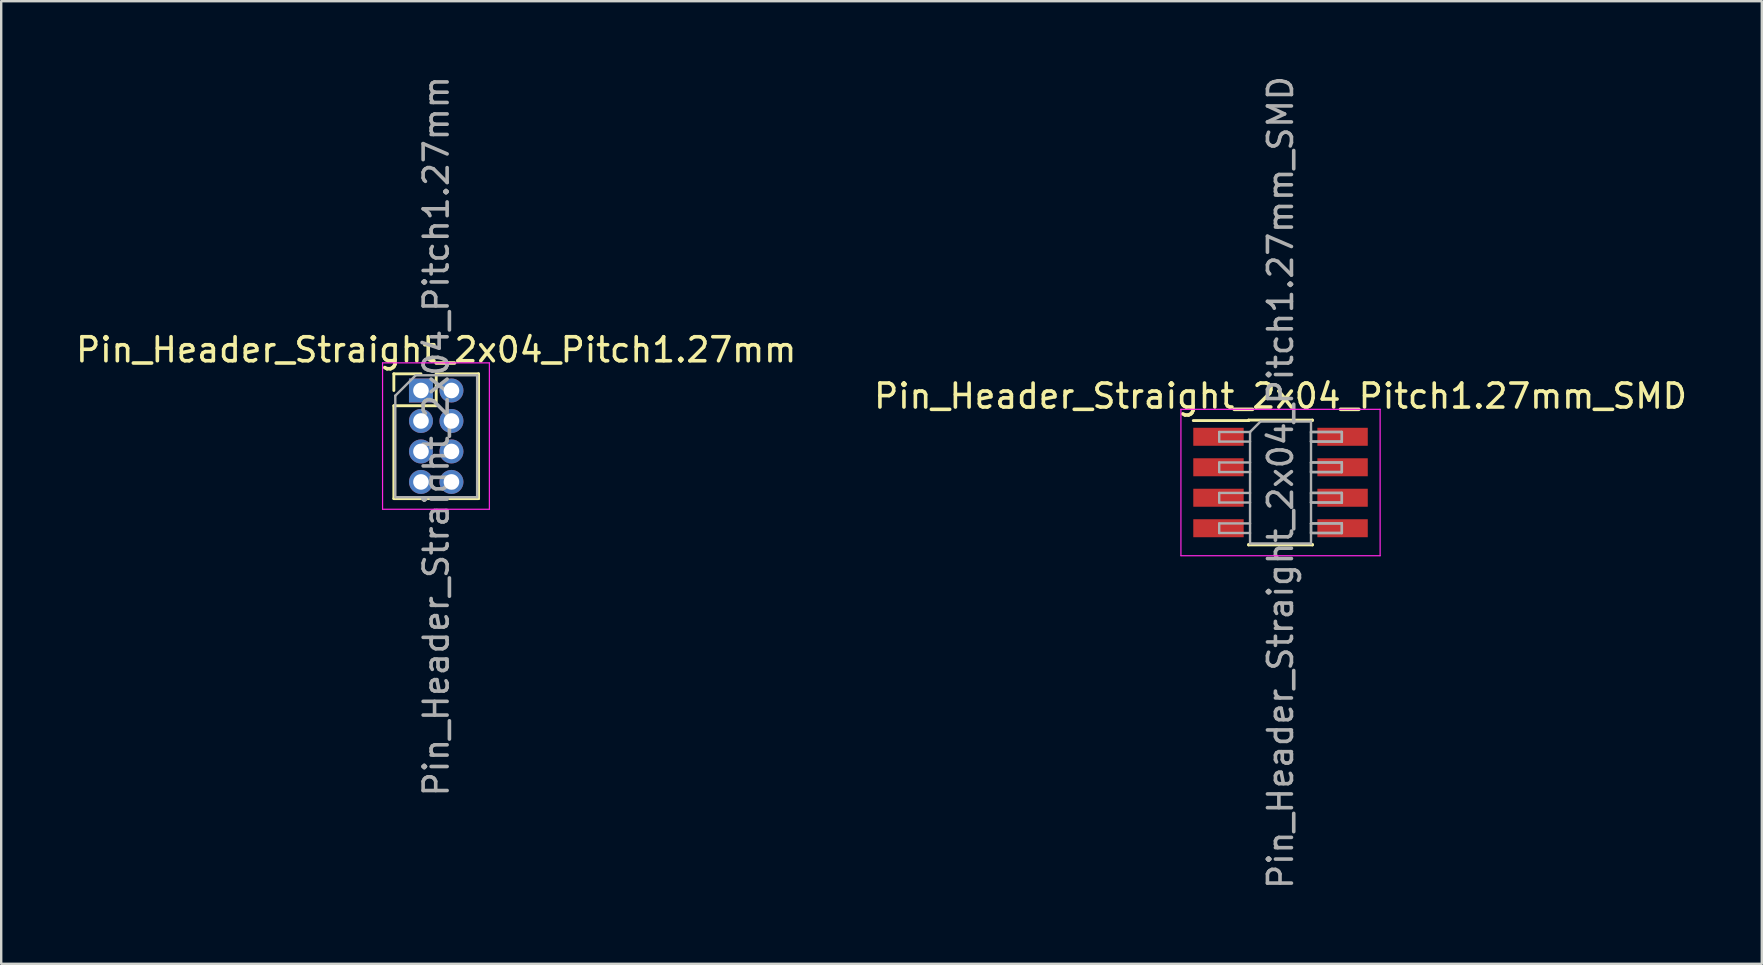
<source format=kicad_pcb>
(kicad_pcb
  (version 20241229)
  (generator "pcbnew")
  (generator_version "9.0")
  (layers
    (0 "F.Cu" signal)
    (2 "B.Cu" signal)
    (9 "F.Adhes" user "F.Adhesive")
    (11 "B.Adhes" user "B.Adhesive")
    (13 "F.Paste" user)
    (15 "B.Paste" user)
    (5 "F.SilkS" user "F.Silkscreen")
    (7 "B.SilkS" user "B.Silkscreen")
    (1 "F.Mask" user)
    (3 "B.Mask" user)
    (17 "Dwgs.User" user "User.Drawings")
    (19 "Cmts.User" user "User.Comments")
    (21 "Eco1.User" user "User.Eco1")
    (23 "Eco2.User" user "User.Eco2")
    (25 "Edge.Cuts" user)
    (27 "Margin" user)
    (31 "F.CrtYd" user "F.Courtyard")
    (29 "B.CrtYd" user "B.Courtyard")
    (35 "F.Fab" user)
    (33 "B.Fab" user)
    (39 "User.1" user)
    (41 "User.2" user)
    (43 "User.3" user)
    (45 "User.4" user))
  (footprint "Pin_Header_Straight_2x04_Pitch1.27mm"
    (layer "F.Cu")
    (at 14.49 13.22)
    (property "Reference" "Pin_Header_Straight_2x04_Pitch1.27mm" (at 0.635 -1.695 0) (layer "F.SilkS") (effects (font (size 1 1) (thickness 0.15))))
    (attr through_hole)
    (fp_line (start -1.13 -0.695) (end 0 -0.695) (stroke (width 0.12) (type solid)) (layer "F.SilkS"))
    (fp_line (start -1.13 0) (end -1.13 -0.695) (stroke (width 0.12) (type solid)) (layer "F.SilkS"))
    (fp_line (start -1.13 0.635) (end -1.13 4.505) (stroke (width 0.12) (type solid)) (layer "F.SilkS"))
    (fp_line (start -1.13 4.505) (end 2.4 4.505) (stroke (width 0.12) (type solid)) (layer "F.SilkS"))
    (fp_line (start 0.635 -0.695) (end 0.635 0.635) (stroke (width 0.12) (type solid)) (layer "F.SilkS"))
    (fp_line (start 0.635 0.635) (end -1.13 0.635) (stroke (width 0.12) (type solid)) (layer "F.SilkS"))
    (fp_line (start 2.4 -0.695) (end 0.635 -0.695) (stroke (width 0.12) (type solid)) (layer "F.SilkS"))
    (fp_line (start 2.4 4.505) (end 2.4 -0.695) (stroke (width 0.12) (type solid)) (layer "F.SilkS"))
    (fp_line (start -1.6 -1.15) (end -1.6 4.95) (stroke (width 0.05) (type solid)) (layer "F.CrtYd"))
    (fp_line (start -1.6 4.95) (end 2.85 4.95) (stroke (width 0.05) (type solid)) (layer "F.CrtYd"))
    (fp_line (start 2.85 -1.15) (end -1.6 -1.15) (stroke (width 0.05) (type solid)) (layer "F.CrtYd"))
    (fp_line (start 2.85 4.95) (end 2.85 -1.15) (stroke (width 0.05) (type solid)) (layer "F.CrtYd"))
    (fp_line (start -1.07 0.217) (end -0.217 -0.635) (stroke (width 0.1) (type solid)) (layer "F.Fab"))
    (fp_line (start -1.07 4.445) (end -1.07 0.217) (stroke (width 0.1) (type solid)) (layer "F.Fab"))
    (fp_line (start -0.217 -0.635) (end 2.34 -0.635) (stroke (width 0.1) (type solid)) (layer "F.Fab"))
    (fp_line (start 2.34 -0.635) (end 2.34 4.445) (stroke (width 0.1) (type solid)) (layer "F.Fab"))
    (fp_line (start 2.34 4.445) (end -1.07 4.445) (stroke (width 0.1) (type solid)) (layer "F.Fab"))
    (fp_text user "${REFERENCE}" (at 0.635 1.905 90) (layer "F.Fab") (effects (font (size 1 1) (thickness 0.15))))
    (pad "1" thru_hole rect (at 0 0) (size 1 1) (drill 0.65) (layers "*.Cu" "*.Mask"))
    (pad "2" thru_hole oval (at 1.27 0) (size 1 1) (drill 0.65) (layers "*.Cu" "*.Mask"))
    (pad "3" thru_hole oval (at 0 1.27) (size 1 1) (drill 0.65) (layers "*.Cu" "*.Mask"))
    (pad "4" thru_hole oval (at 1.27 1.27) (size 1 1) (drill 0.65) (layers "*.Cu" "*.Mask"))
    (pad "5" thru_hole oval (at 0 2.54) (size 1 1) (drill 0.65) (layers "*.Cu" "*.Mask"))
    (pad "6" thru_hole oval (at 1.27 2.54) (size 1 1) (drill 0.65) (layers "*.Cu" "*.Mask"))
    (pad "7" thru_hole oval (at 0 3.81) (size 1 1) (drill 0.65) (layers "*.Cu" "*.Mask"))
    (pad "8" thru_hole oval (at 1.27 3.81) (size 1 1) (drill 0.65) (layers "*.Cu" "*.Mask")))
  (footprint "Pin_Header_Straight_2x04_Pitch1.27mm_SMD"
    (layer "F.Cu")
    (at 50.304 17.054)
    (property "Reference" "Pin_Header_Straight_2x04_Pitch1.27mm_SMD" (at 0 -3.6 0) (layer "F.SilkS") (effects (font (size 1 1) (thickness 0.15))))
    (attr smd)
    (fp_line (start -3.635 -2.58) (end -1.33 -2.58) (stroke (width 0.12) (type solid)) (layer "F.SilkS"))
    (fp_line (start -1.33 -2.6) (end 1.33 -2.6) (stroke (width 0.12) (type solid)) (layer "F.SilkS"))
    (fp_line (start -1.33 -2.58) (end -1.33 -2.6) (stroke (width 0.12) (type solid)) (layer "F.SilkS"))
    (fp_line (start -1.33 2.58) (end -1.33 2.6) (stroke (width 0.12) (type solid)) (layer "F.SilkS"))
    (fp_line (start -1.33 2.6) (end 1.33 2.6) (stroke (width 0.12) (type solid)) (layer "F.SilkS"))
    (fp_line (start 1.33 -2.6) (end 1.33 -2.58) (stroke (width 0.12) (type solid)) (layer "F.SilkS"))
    (fp_line (start 1.33 2.6) (end 1.33 2.58) (stroke (width 0.12) (type solid)) (layer "F.SilkS"))
    (fp_line (start -4.15 -3.05) (end -4.15 3.05) (stroke (width 0.05) (type solid)) (layer "F.CrtYd"))
    (fp_line (start -4.15 3.05) (end 4.15 3.05) (stroke (width 0.05) (type solid)) (layer "F.CrtYd"))
    (fp_line (start 4.15 -3.05) (end -4.15 -3.05) (stroke (width 0.05) (type solid)) (layer "F.CrtYd"))
    (fp_line (start 4.15 3.05) (end 4.15 -3.05) (stroke (width 0.05) (type solid)) (layer "F.CrtYd"))
    (fp_line (start -2.555 -2.105) (end -2.555 -1.705) (stroke (width 0.1) (type solid)) (layer "F.Fab"))
    (fp_line (start -2.555 -1.705) (end -1.27 -1.705) (stroke (width 0.1) (type solid)) (layer "F.Fab"))
    (fp_line (start -2.555 -0.835) (end -2.555 -0.435) (stroke (width 0.1) (type solid)) (layer "F.Fab"))
    (fp_line (start -2.555 -0.435) (end -1.27 -0.435) (stroke (width 0.1) (type solid)) (layer "F.Fab"))
    (fp_line (start -2.555 0.435) (end -2.555 0.835) (stroke (width 0.1) (type solid)) (layer "F.Fab"))
    (fp_line (start -2.555 0.835) (end -1.27 0.835) (stroke (width 0.1) (type solid)) (layer "F.Fab"))
    (fp_line (start -2.555 1.705) (end -2.555 2.105) (stroke (width 0.1) (type solid)) (layer "F.Fab"))
    (fp_line (start -2.555 2.105) (end -1.27 2.105) (stroke (width 0.1) (type solid)) (layer "F.Fab"))
    (fp_line (start -1.27 -2.105) (end -2.555 -2.105) (stroke (width 0.1) (type solid)) (layer "F.Fab"))
    (fp_line (start -1.27 -2.105) (end -0.835 -2.54) (stroke (width 0.1) (type solid)) (layer "F.Fab"))
    (fp_line (start -1.27 -0.835) (end -2.555 -0.835) (stroke (width 0.1) (type solid)) (layer "F.Fab"))
    (fp_line (start -1.27 0.435) (end -2.555 0.435) (stroke (width 0.1) (type solid)) (layer "F.Fab"))
    (fp_line (start -1.27 1.705) (end -2.555 1.705) (stroke (width 0.1) (type solid)) (layer "F.Fab"))
    (fp_line (start -1.27 2.54) (end -1.27 -2.105) (stroke (width 0.1) (type solid)) (layer "F.Fab"))
    (fp_line (start -0.835 -2.54) (end 1.27 -2.54) (stroke (width 0.1) (type solid)) (layer "F.Fab"))
    (fp_line (start 1.27 -2.54) (end 1.27 2.54) (stroke (width 0.1) (type solid)) (layer "F.Fab"))
    (fp_line (start 1.27 -2.105) (end 1.27 -1.705) (stroke (width 0.1) (type solid)) (layer "F.Fab"))
    (fp_line (start 1.27 -2.105) (end 2.555 -2.105) (stroke (width 0.1) (type solid)) (layer "F.Fab"))
    (fp_line (start 1.27 -1.705) (end 2.555 -1.705) (stroke (width 0.1) (type solid)) (layer "F.Fab"))
    (fp_line (start 1.27 -0.835) (end 1.27 -0.435) (stroke (width 0.1) (type solid)) (layer "F.Fab"))
    (fp_line (start 1.27 -0.835) (end 2.555 -0.835) (stroke (width 0.1) (type solid)) (layer "F.Fab"))
    (fp_line (start 1.27 -0.435) (end 2.555 -0.435) (stroke (width 0.1) (type solid)) (layer "F.Fab"))
    (fp_line (start 1.27 0.435) (end 1.27 0.835) (stroke (width 0.1) (type solid)) (layer "F.Fab"))
    (fp_line (start 1.27 0.435) (end 2.555 0.435) (stroke (width 0.1) (type solid)) (layer "F.Fab"))
    (fp_line (start 1.27 0.835) (end 2.555 0.835) (stroke (width 0.1) (type solid)) (layer "F.Fab"))
    (fp_line (start 1.27 1.705) (end 1.27 2.105) (stroke (width 0.1) (type solid)) (layer "F.Fab"))
    (fp_line (start 1.27 1.705) (end 2.555 1.705) (stroke (width 0.1) (type solid)) (layer "F.Fab"))
    (fp_line (start 1.27 2.105) (end 2.555 2.105) (stroke (width 0.1) (type solid)) (layer "F.Fab"))
    (fp_line (start 1.27 2.54) (end -1.27 2.54) (stroke (width 0.1) (type solid)) (layer "F.Fab"))
    (fp_line (start 2.555 -2.105) (end 1.27 -2.105) (stroke (width 0.1) (type solid)) (layer "F.Fab"))
    (fp_line (start 2.555 -2.105) (end 2.555 -1.705) (stroke (width 0.1) (type solid)) (layer "F.Fab"))
    (fp_line (start 2.555 -1.705) (end 1.27 -1.705) (stroke (width 0.1) (type solid)) (layer "F.Fab"))
    (fp_line (start 2.555 -1.705) (end 2.555 -2.105) (stroke (width 0.1) (type solid)) (layer "F.Fab"))
    (fp_line (start 2.555 -0.835) (end 1.27 -0.835) (stroke (width 0.1) (type solid)) (layer "F.Fab"))
    (fp_line (start 2.555 -0.835) (end 2.555 -0.435) (stroke (width 0.1) (type solid)) (layer "F.Fab"))
    (fp_line (start 2.555 -0.435) (end 1.27 -0.435) (stroke (width 0.1) (type solid)) (layer "F.Fab"))
    (fp_line (start 2.555 -0.435) (end 2.555 -0.835) (stroke (width 0.1) (type solid)) (layer "F.Fab"))
    (fp_line (start 2.555 0.435) (end 1.27 0.435) (stroke (width 0.1) (type solid)) (layer "F.Fab"))
    (fp_line (start 2.555 0.435) (end 2.555 0.835) (stroke (width 0.1) (type solid)) (layer "F.Fab"))
    (fp_line (start 2.555 0.835) (end 1.27 0.835) (stroke (width 0.1) (type solid)) (layer "F.Fab"))
    (fp_line (start 2.555 0.835) (end 2.555 0.435) (stroke (width 0.1) (type solid)) (layer "F.Fab"))
    (fp_line (start 2.555 1.705) (end 1.27 1.705) (stroke (width 0.1) (type solid)) (layer "F.Fab"))
    (fp_line (start 2.555 1.705) (end 2.555 2.105) (stroke (width 0.1) (type solid)) (layer "F.Fab"))
    (fp_line (start 2.555 2.105) (end 1.27 2.105) (stroke (width 0.1) (type solid)) (layer "F.Fab"))
    (fp_line (start 2.555 2.105) (end 2.555 1.705) (stroke (width 0.1) (type solid)) (layer "F.Fab"))
    (fp_text user "${REFERENCE}" (at 0 0 90) (layer "F.Fab") (effects (font (size 1 1) (thickness 0.15))))
    (pad "1" smd rect (at -2.585 -1.905) (size 2.1 0.75) (layers "F.Cu" "F.Mask"))
    (pad "2" smd rect (at 2.585 -1.905) (size 2.1 0.75) (layers "F.Cu" "F.Mask"))
    (pad "3" smd rect (at -2.585 -0.635) (size 2.1 0.75) (layers "F.Cu" "F.Mask"))
    (pad "4" smd rect (at 2.585 -0.635) (size 2.1 0.75) (layers "F.Cu" "F.Mask"))
    (pad "5" smd rect (at -2.585 0.635) (size 2.1 0.75) (layers "F.Cu" "F.Mask"))
    (pad "6" smd rect (at 2.585 0.635) (size 2.1 0.75) (layers "F.Cu" "F.Mask"))
    (pad "7" smd rect (at -2.585 1.905) (size 2.1 0.75) (layers "F.Cu" "F.Mask"))
    (pad "8" smd rect (at 2.585 1.905) (size 2.1 0.75) (layers "F.Cu" "F.Mask")))
  (gr_rect
    (start -3 -3)
    (end 70.357 37.107)
    (stroke (width 0.1) (type default))
    (fill no)
    (layer "Edge.Cuts")))
</source>
